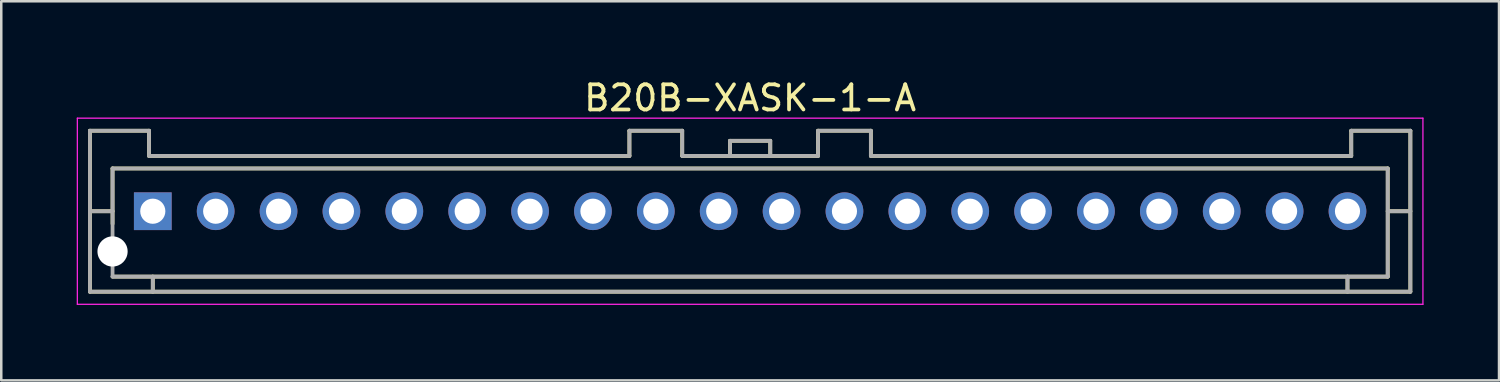
<source format=kicad_pcb>
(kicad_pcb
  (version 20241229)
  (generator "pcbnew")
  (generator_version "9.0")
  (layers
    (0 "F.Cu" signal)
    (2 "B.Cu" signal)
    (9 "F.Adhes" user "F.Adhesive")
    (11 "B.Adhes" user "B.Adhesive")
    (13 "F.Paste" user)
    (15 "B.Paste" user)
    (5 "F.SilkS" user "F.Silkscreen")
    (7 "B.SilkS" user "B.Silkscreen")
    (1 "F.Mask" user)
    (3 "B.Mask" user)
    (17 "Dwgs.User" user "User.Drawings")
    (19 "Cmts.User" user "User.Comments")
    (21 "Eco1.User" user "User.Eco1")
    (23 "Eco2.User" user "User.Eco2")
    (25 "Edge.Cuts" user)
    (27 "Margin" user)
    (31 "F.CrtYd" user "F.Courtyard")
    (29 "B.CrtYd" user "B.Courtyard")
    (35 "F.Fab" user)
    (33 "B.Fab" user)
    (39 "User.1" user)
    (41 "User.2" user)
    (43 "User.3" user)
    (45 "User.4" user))
  (footprint "B20B-XASK-1-A"
    (layer "F.Cu")
    (at 26.775 5.348)
    (property "Reference" "B20B-XASK-1-A" (at 0 -4.5 0) (layer "F.SilkS") (effects (font (size 1 1) (thickness 0.15))))
    (attr smd)
    (fp_line (start -26.25 -3.2) (end -26.25 3.2) (stroke (width 0.15) (type solid)) (layer "F.SilkS"))
    (fp_line (start -26.25 -3.2) (end -23.9 -3.2) (stroke (width 0.15) (type solid)) (layer "F.SilkS"))
    (fp_line (start -26.25 0) (end -25.35 0) (stroke (width 0.15) (type solid)) (layer "F.SilkS"))
    (fp_line (start -26.25 3.2) (end 26.25 3.2) (stroke (width 0.15) (type solid)) (layer "F.SilkS"))
    (fp_line (start -25.35 -1.7) (end -25.35 0.5) (stroke (width 0.15) (type solid)) (layer "F.SilkS"))
    (fp_line (start -25.35 -1.7) (end 25.35 -1.7) (stroke (width 0.15) (type solid)) (layer "F.SilkS"))
    (fp_line (start -25.35 2.6) (end 25.35 2.6) (stroke (width 0.15) (type solid)) (layer "F.SilkS"))
    (fp_line (start -23.9 -3.2) (end -23.9 -2.2) (stroke (width 0.15) (type solid)) (layer "F.SilkS"))
    (fp_line (start -23.9 -2.2) (end -4.8 -2.2) (stroke (width 0.15) (type solid)) (layer "F.SilkS"))
    (fp_line (start -23.75 2.6) (end -23.75 3.2) (stroke (width 0.15) (type solid)) (layer "F.SilkS"))
    (fp_line (start -4.8 -3.2) (end -4.8 -2.2) (stroke (width 0.15) (type solid)) (layer "F.SilkS"))
    (fp_line (start -4.8 -3.2) (end -2.7 -3.2) (stroke (width 0.15) (type solid)) (layer "F.SilkS"))
    (fp_line (start -2.7 -3.2) (end -2.7 -2.2) (stroke (width 0.15) (type solid)) (layer "F.SilkS"))
    (fp_line (start -2.7 -2.2) (end 2.7 -2.2) (stroke (width 0.15) (type solid)) (layer "F.SilkS"))
    (fp_line (start -0.8 -2.8) (end -0.8 -2.2) (stroke (width 0.15) (type solid)) (layer "F.SilkS"))
    (fp_line (start -0.8 -2.8) (end 0.8 -2.8) (stroke (width 0.15) (type solid)) (layer "F.SilkS"))
    (fp_line (start 0.8 -2.8) (end 0.8 -2.2) (stroke (width 0.15) (type solid)) (layer "F.SilkS"))
    (fp_line (start 2.7 -3.2) (end 2.7 -2.2) (stroke (width 0.15) (type solid)) (layer "F.SilkS"))
    (fp_line (start 2.7 -3.2) (end 4.8 -3.2) (stroke (width 0.15) (type solid)) (layer "F.SilkS"))
    (fp_line (start 4.8 -3.2) (end 4.8 -2.2) (stroke (width 0.15) (type solid)) (layer "F.SilkS"))
    (fp_line (start 4.8 -2.2) (end 23.9 -2.2) (stroke (width 0.15) (type solid)) (layer "F.SilkS"))
    (fp_line (start 23.75 2.6) (end 23.75 3.2) (stroke (width 0.15) (type solid)) (layer "F.SilkS"))
    (fp_line (start 23.9 -3.2) (end 23.9 -2.2) (stroke (width 0.15) (type solid)) (layer "F.SilkS"))
    (fp_line (start 23.9 -3.2) (end 26.25 -3.2) (stroke (width 0.15) (type solid)) (layer "F.SilkS"))
    (fp_line (start 25.35 -1.7) (end 25.35 2.6) (stroke (width 0.15) (type solid)) (layer "F.SilkS"))
    (fp_line (start 25.35 0) (end 26.25 0) (stroke (width 0.15) (type solid)) (layer "F.SilkS"))
    (fp_line (start 26.25 -3.2) (end 26.25 3.2) (stroke (width 0.15) (type solid)) (layer "F.SilkS"))
    (fp_line (start -26.75 -3.7) (end -26.75 3.7) (stroke (width 0.05) (type solid)) (layer "F.CrtYd"))
    (fp_line (start -26.75 -3.7) (end 26.75 -3.7) (stroke (width 0.05) (type solid)) (layer "F.CrtYd"))
    (fp_line (start -26.75 3.7) (end 26.75 3.7) (stroke (width 0.05) (type solid)) (layer "F.CrtYd"))
    (fp_line (start 26.75 -3.7) (end 26.75 3.7) (stroke (width 0.05) (type solid)) (layer "F.CrtYd"))
    (fp_line (start -26.25 -3.2) (end -26.25 3.2) (stroke (width 0.15) (type solid)) (layer "F.Fab"))
    (fp_line (start -26.25 -3.2) (end -23.9 -3.2) (stroke (width 0.15) (type solid)) (layer "F.Fab"))
    (fp_line (start -26.25 0) (end -25.35 0) (stroke (width 0.15) (type solid)) (layer "F.Fab"))
    (fp_line (start -26.25 3.2) (end 26.25 3.2) (stroke (width 0.15) (type solid)) (layer "F.Fab"))
    (fp_line (start -25.35 -1.7) (end -25.35 2.6) (stroke (width 0.15) (type solid)) (layer "F.Fab"))
    (fp_line (start -25.35 -1.7) (end 25.35 -1.7) (stroke (width 0.15) (type solid)) (layer "F.Fab"))
    (fp_line (start -25.35 2.6) (end 25.35 2.6) (stroke (width 0.15) (type solid)) (layer "F.Fab"))
    (fp_line (start -23.9 -3.2) (end -23.9 -2.2) (stroke (width 0.15) (type solid)) (layer "F.Fab"))
    (fp_line (start -23.9 -2.2) (end -4.8 -2.2) (stroke (width 0.15) (type solid)) (layer "F.Fab"))
    (fp_line (start -23.75 2.6) (end -23.75 3.2) (stroke (width 0.15) (type solid)) (layer "F.Fab"))
    (fp_line (start -4.8 -3.2) (end -4.8 -2.2) (stroke (width 0.15) (type solid)) (layer "F.Fab"))
    (fp_line (start -4.8 -3.2) (end -2.7 -3.2) (stroke (width 0.15) (type solid)) (layer "F.Fab"))
    (fp_line (start -2.7 -3.2) (end -2.7 -2.2) (stroke (width 0.15) (type solid)) (layer "F.Fab"))
    (fp_line (start -2.7 -2.2) (end 2.7 -2.2) (stroke (width 0.15) (type solid)) (layer "F.Fab"))
    (fp_line (start -0.8 -2.8) (end -0.8 -2.2) (stroke (width 0.15) (type solid)) (layer "F.Fab"))
    (fp_line (start -0.8 -2.8) (end 0.8 -2.8) (stroke (width 0.15) (type solid)) (layer "F.Fab"))
    (fp_line (start 0.8 -2.8) (end 0.8 -2.2) (stroke (width 0.15) (type solid)) (layer "F.Fab"))
    (fp_line (start 2.7 -3.2) (end 2.7 -2.2) (stroke (width 0.15) (type solid)) (layer "F.Fab"))
    (fp_line (start 2.7 -3.2) (end 4.8 -3.2) (stroke (width 0.15) (type solid)) (layer "F.Fab"))
    (fp_line (start 4.8 -3.2) (end 4.8 -2.2) (stroke (width 0.15) (type solid)) (layer "F.Fab"))
    (fp_line (start 4.8 -2.2) (end 23.9 -2.2) (stroke (width 0.15) (type solid)) (layer "F.Fab"))
    (fp_line (start 23.75 2.6) (end 23.75 3.2) (stroke (width 0.15) (type solid)) (layer "F.Fab"))
    (fp_line (start 23.9 -3.2) (end 23.9 -2.2) (stroke (width 0.15) (type solid)) (layer "F.Fab"))
    (fp_line (start 23.9 -3.2) (end 26.25 -3.2) (stroke (width 0.15) (type solid)) (layer "F.Fab"))
    (fp_line (start 25.35 -1.7) (end 25.35 2.6) (stroke (width 0.15) (type solid)) (layer "F.Fab"))
    (fp_line (start 25.35 0) (end 26.25 0) (stroke (width 0.15) (type solid)) (layer "F.Fab"))
    (fp_line (start 26.25 -3.2) (end 26.25 3.2) (stroke (width 0.15) (type solid)) (layer "F.Fab"))
    (pad "" np_thru_hole circle (at -25.35 1.6) (size 1.2 1.2) (drill 1.2) (layers "*.Cu" "*.Mask"))
    (pad "1" thru_hole rect (at -23.75 0) (size 1.5 1.5) (drill 1) (layers "*.Cu" "*.Mask"))
    (pad "2" thru_hole circle (at -21.25 0) (size 1.5 1.5) (drill 1) (layers "*.Cu" "*.Mask"))
    (pad "3" thru_hole circle (at -18.75 0) (size 1.5 1.5) (drill 1) (layers "*.Cu" "*.Mask"))
    (pad "4" thru_hole circle (at -16.25 0) (size 1.5 1.5) (drill 1) (layers "*.Cu" "*.Mask"))
    (pad "5" thru_hole circle (at -13.75 0) (size 1.5 1.5) (drill 1) (layers "*.Cu" "*.Mask"))
    (pad "6" thru_hole circle (at -11.25 0) (size 1.5 1.5) (drill 1) (layers "*.Cu" "*.Mask"))
    (pad "7" thru_hole circle (at -8.75 0) (size 1.5 1.5) (drill 1) (layers "*.Cu" "*.Mask"))
    (pad "8" thru_hole circle (at -6.25 0) (size 1.5 1.5) (drill 1) (layers "*.Cu" "*.Mask"))
    (pad "9" thru_hole circle (at -3.75 0) (size 1.5 1.5) (drill 1) (layers "*.Cu" "*.Mask"))
    (pad "10" thru_hole circle (at -1.25 0) (size 1.5 1.5) (drill 1) (layers "*.Cu" "*.Mask"))
    (pad "11" thru_hole circle (at 1.25 0) (size 1.5 1.5) (drill 1) (layers "*.Cu" "*.Mask"))
    (pad "12" thru_hole circle (at 3.75 0) (size 1.5 1.5) (drill 1) (layers "*.Cu" "*.Mask"))
    (pad "13" thru_hole circle (at 6.25 0) (size 1.5 1.5) (drill 1) (layers "*.Cu" "*.Mask"))
    (pad "14" thru_hole circle (at 8.75 0) (size 1.5 1.5) (drill 1) (layers "*.Cu" "*.Mask"))
    (pad "15" thru_hole circle (at 11.25 0) (size 1.5 1.5) (drill 1) (layers "*.Cu" "*.Mask"))
    (pad "16" thru_hole circle (at 13.75 0) (size 1.5 1.5) (drill 1) (layers "*.Cu" "*.Mask"))
    (pad "17" thru_hole circle (at 16.25 0) (size 1.5 1.5) (drill 1) (layers "*.Cu" "*.Mask"))
    (pad "18" thru_hole circle (at 18.75 0) (size 1.5 1.5) (drill 1) (layers "*.Cu" "*.Mask"))
    (pad "19" thru_hole circle (at 21.25 0) (size 1.5 1.5) (drill 1) (layers "*.Cu" "*.Mask"))
    (pad "20" thru_hole circle (at 23.75 0) (size 1.5 1.5) (drill 1) (layers "*.Cu" "*.Mask")))
  (gr_rect
    (start -3 -3)
    (end 56.55 12.073)
    (stroke (width 0.1) (type default))
    (fill no)
    (layer "Edge.Cuts")))
</source>
